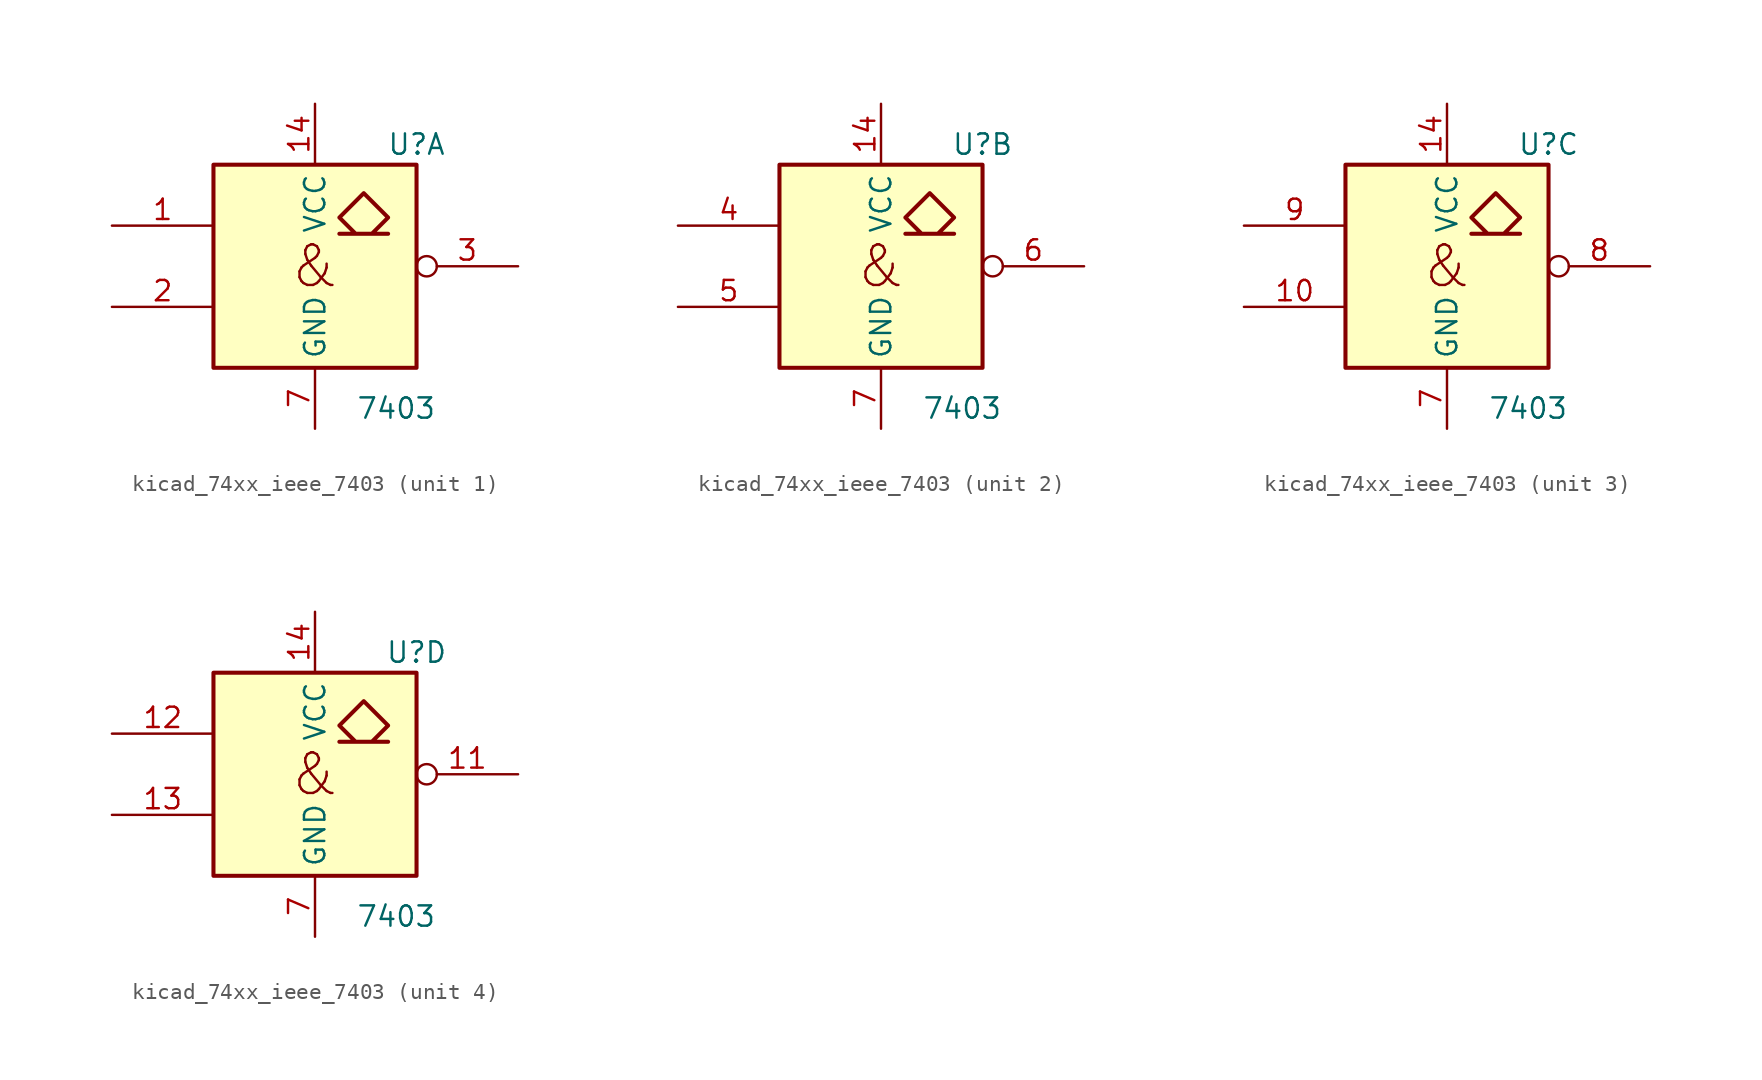
<source format=kicad_sym>
(kicad_symbol_lib
  (version 20220914)
  (generator kicad_symbol_editor)
  (symbol "kicad_74xx_ieee_7403"
    (property "Reference" "U"
      (at 6.35 7.62 0)
      (effects (font (size 1.27 1.27))))
    (property "Value" "7403"
      (at 5.08 -8.89 0)
      (effects (font (size 1.27 1.27))))
    (symbol "kicad_74xx_ieee_7403_0_0"
      (polyline (pts (xy 2.54 2.032) (xy 1.524 3.048) (xy 3.048 4.572) (xy 4.572 3.048) (xy 3.556 2.032) (xy 4.572 2.032) (xy 1.524 2.032) (xy 1.524 2.032)) (stroke (width 0.254) (type default)) (fill (type background)))
      (text "&" (at 0 0 0) (effects (font (size 2.54 2.54)))))
    (symbol "kicad_74xx_ieee_7403_0_1"
      (rectangle (start -6.35 6.35) (end 6.35 -6.35) (stroke (width 0.254) (type default)) (fill (type background)))
      (pin power_in line (at 0 10.16 270) (length 3.81) (name "VCC" (effects (font (size 1.27 1.27)))) (number "14" (effects (font (size 1.27 1.27)))))
      (pin power_in line (at 0 -10.16 90) (length 3.81) (name "GND" (effects (font (size 1.27 1.27)))) (number "7" (effects (font (size 1.27 1.27))))))
    (symbol "kicad_74xx_ieee_7403_1_1"
      (pin input line (at -12.7 2.54 0) (length 6.35) (name "~" (effects (font (size 1.27 1.27)))) (number "1" (effects (font (size 1.27 1.27)))))
      (pin input line (at -12.7 -2.54 0) (length 6.35) (name "~" (effects (font (size 1.27 1.27)))) (number "2" (effects (font (size 1.27 1.27)))))
      (pin open_collector inverted (at 12.7 0 180) (length 6.35) (name "~" (effects (font (size 1.27 1.27)))) (number "3" (effects (font (size 1.27 1.27))))))
    (symbol "kicad_74xx_ieee_7403_2_1"
      (pin input line (at -12.7 2.54 0) (length 6.35) (name "~" (effects (font (size 1.27 1.27)))) (number "4" (effects (font (size 1.27 1.27)))))
      (pin input line (at -12.7 -2.54 0) (length 6.35) (name "~" (effects (font (size 1.27 1.27)))) (number "5" (effects (font (size 1.27 1.27)))))
      (pin open_collector inverted (at 12.7 0 180) (length 6.35) (name "~" (effects (font (size 1.27 1.27)))) (number "6" (effects (font (size 1.27 1.27))))))
    (symbol "kicad_74xx_ieee_7403_3_1"
      (pin input line (at -12.7 -2.54 0) (length 6.35) (name "~" (effects (font (size 1.27 1.27)))) (number "10" (effects (font (size 1.27 1.27)))))
      (pin open_collector inverted (at 12.7 0 180) (length 6.35) (name "~" (effects (font (size 1.27 1.27)))) (number "8" (effects (font (size 1.27 1.27)))))
      (pin input line (at -12.7 2.54 0) (length 6.35) (name "~" (effects (font (size 1.27 1.27)))) (number "9" (effects (font (size 1.27 1.27))))))
    (symbol "kicad_74xx_ieee_7403_4_1"
      (pin open_collector inverted (at 12.7 0 180) (length 6.35) (name "~" (effects (font (size 1.27 1.27)))) (number "11" (effects (font (size 1.27 1.27)))))
      (pin input line (at -12.7 2.54 0) (length 6.35) (name "~" (effects (font (size 1.27 1.27)))) (number "12" (effects (font (size 1.27 1.27)))))
      (pin input line (at -12.7 -2.54 0) (length 6.35) (name "~" (effects (font (size 1.27 1.27)))) (number "13" (effects (font (size 1.27 1.27))))))))
</source>
